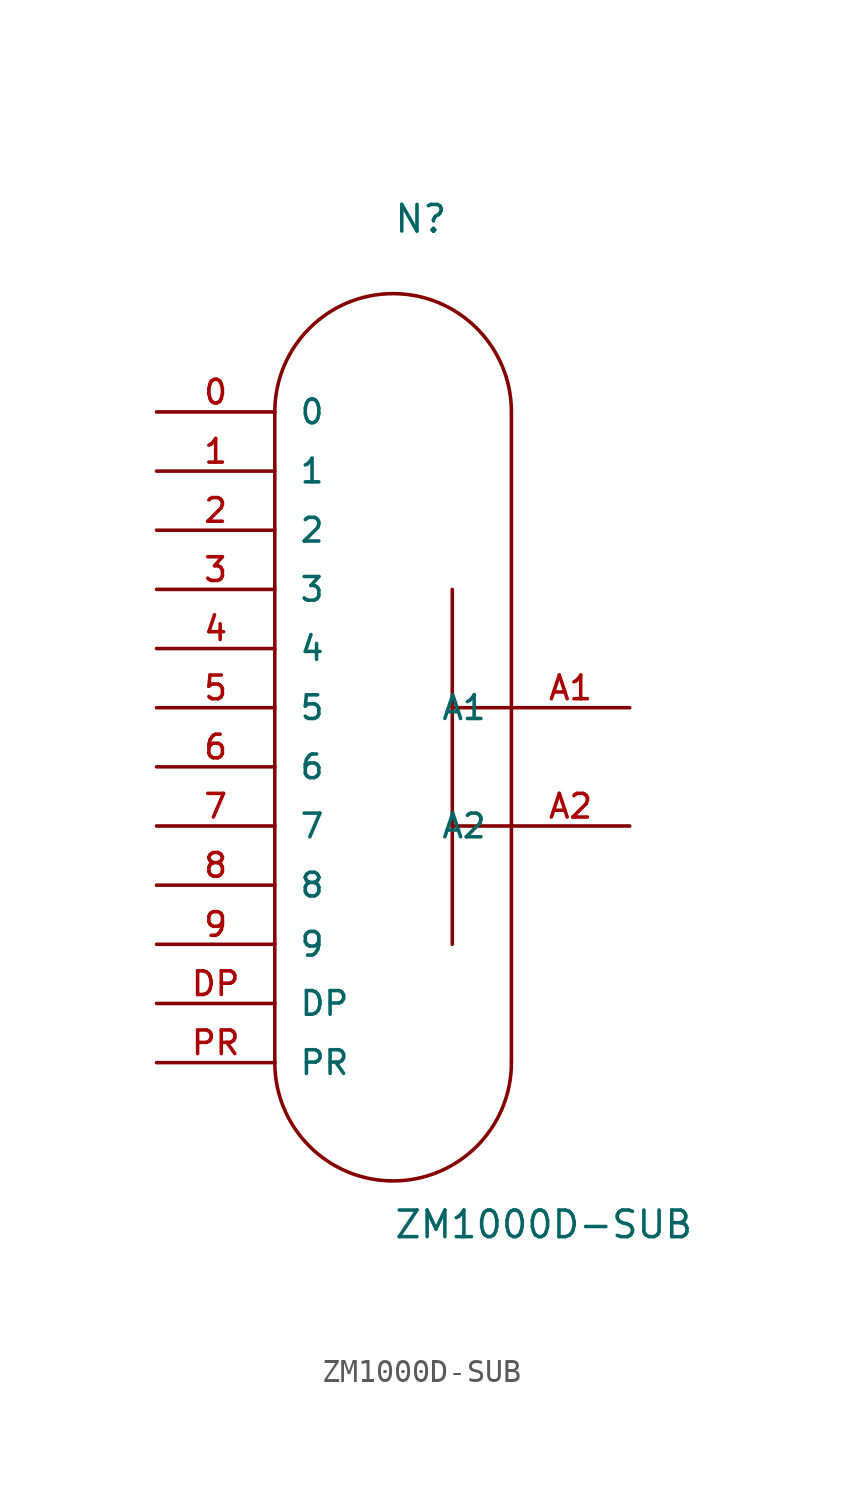
<source format=kicad_sym>
(kicad_symbol_lib
  (version 20241209)
  (generator "kicad_symbol_editor")
  (generator_version "9.0")
  (symbol "ZM1000D-SUB"
    (pin_names
      (offset 1.016))
    (property "Reference" "N"
      (at 0 22.86 0)
      (effects (font (size 1.143 1.143)) (justify left bottom)))
    (property "Value" "ZM1000D-SUB"
      (at 0 -20.32 0)
      (effects (font (size 1.143 1.143)) (justify left bottom)))
    (property "ki_locked" ""
      (at 0 0 0)
      (effects (font (size 1.27 1.27))))
    (symbol "ZM1000D-SUB_1_0"
      (polyline (pts (xy -5.08 15.24) (xy -5.08 -12.7)) (stroke (width 0) (type default)) (fill (type none)))
      (polyline (pts (xy 2.54 7.62) (xy 2.54 2.54)) (stroke (width 0) (type default)) (fill (type none)))
      (polyline (pts (xy 2.54 2.54) (xy 2.54 -2.54)) (stroke (width 0) (type default)) (fill (type none)))
      (polyline (pts (xy 2.54 2.54) (xy 5.08 2.54)) (stroke (width 0) (type default)) (fill (type none)))
      (polyline (pts (xy 2.54 -2.54) (xy 2.54 -7.62)) (stroke (width 0) (type default)) (fill (type none)))
      (polyline (pts (xy 5.08 15.24) (xy 5.08 2.54)) (stroke (width 0) (type default)) (fill (type none)))
      (polyline (pts (xy 5.08 2.54) (xy 5.08 -2.54)) (stroke (width 0) (type default)) (fill (type none)))
      (polyline (pts (xy 5.08 -2.54) (xy 2.54 -2.54)) (stroke (width 0) (type default)) (fill (type none)))
      (polyline (pts (xy 5.08 -2.54) (xy 5.08 -12.7)) (stroke (width 0) (type default)) (fill (type none))))
    (symbol "ZM1000D-SUB_1_1"
      (arc (start -5.08 15.24) (mid 0 20.2978) (end 5.08 15.24) (stroke (width 0) (type default)) (fill (type none)))
      (arc (start 5.08 -12.7) (mid 0 -17.7578) (end -5.08 -12.7) (stroke (width 0) (type default)) (fill (type none)))
      (pin passive line (at -10.16 15.24 0) (length 5.08) (name "0" (effects (font (size 1.016 1.016)))) (number "0" (effects (font (size 1.016 1.016)))))
      (pin passive line (at -10.16 12.7 0) (length 5.08) (name "1" (effects (font (size 1.016 1.016)))) (number "1" (effects (font (size 1.016 1.016)))))
      (pin passive line (at -10.16 10.16 0) (length 5.08) (name "2" (effects (font (size 1.016 1.016)))) (number "2" (effects (font (size 1.016 1.016)))))
      (pin passive line (at -10.16 7.62 0) (length 5.08) (name "3" (effects (font (size 1.016 1.016)))) (number "3" (effects (font (size 1.016 1.016)))))
      (pin passive line (at -10.16 5.08 0) (length 5.08) (name "4" (effects (font (size 1.016 1.016)))) (number "4" (effects (font (size 1.016 1.016)))))
      (pin passive line (at -10.16 2.54 0) (length 5.08) (name "5" (effects (font (size 1.016 1.016)))) (number "5" (effects (font (size 1.016 1.016)))))
      (pin passive line (at -10.16 0 0) (length 5.08) (name "6" (effects (font (size 1.016 1.016)))) (number "6" (effects (font (size 1.016 1.016)))))
      (pin passive line (at -10.16 -2.54 0) (length 5.08) (name "7" (effects (font (size 1.016 1.016)))) (number "7" (effects (font (size 1.016 1.016)))))
      (pin passive line (at -10.16 -5.08 0) (length 5.08) (name "8" (effects (font (size 1.016 1.016)))) (number "8" (effects (font (size 1.016 1.016)))))
      (pin passive line (at -10.16 -7.62 0) (length 5.08) (name "9" (effects (font (size 1.016 1.016)))) (number "9" (effects (font (size 1.016 1.016)))))
      (pin passive line (at -10.16 -10.16 0) (length 5.08) (name "DP" (effects (font (size 1.016 1.016)))) (number "DP" (effects (font (size 1.016 1.016)))))
      (pin passive line (at -10.16 -12.7 0) (length 5.08) (name "PR" (effects (font (size 1.016 1.016)))) (number "PR" (effects (font (size 1.016 1.016)))))
      (pin passive line (at 10.16 2.54 180) (length 5.08) (name "A1" (effects (font (size 1.016 1.016)))) (number "A1" (effects (font (size 1.016 1.016)))))
      (pin passive line (at 10.16 -2.54 180) (length 5.08) (name "A2" (effects (font (size 1.016 1.016)))) (number "A2" (effects (font (size 1.016 1.016))))))))
</source>
